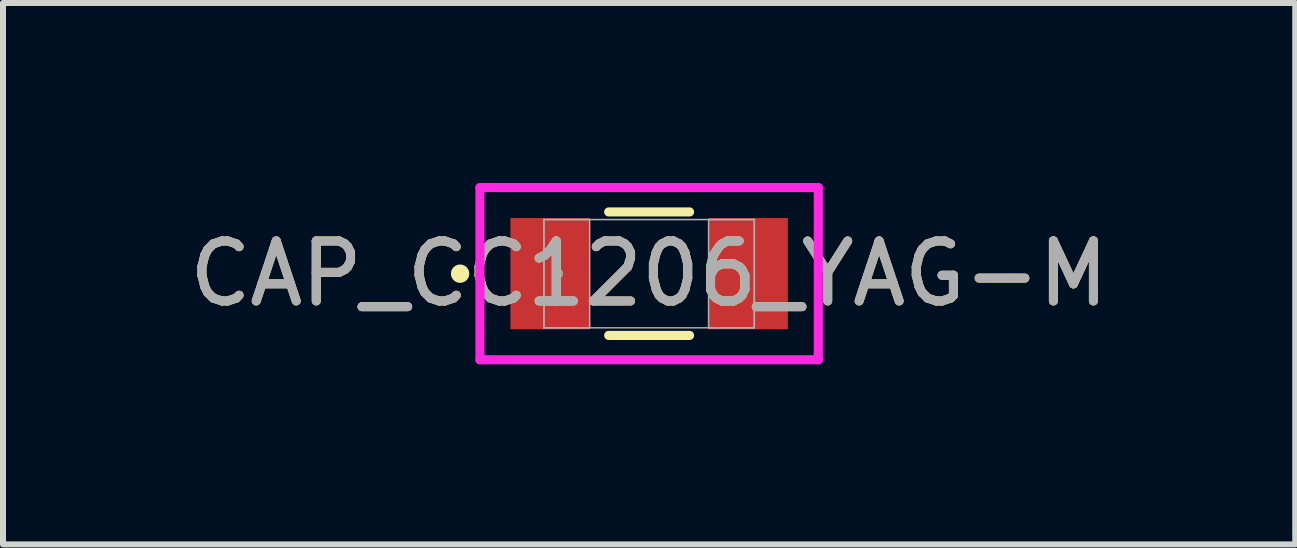
<source format=kicad_pcb>
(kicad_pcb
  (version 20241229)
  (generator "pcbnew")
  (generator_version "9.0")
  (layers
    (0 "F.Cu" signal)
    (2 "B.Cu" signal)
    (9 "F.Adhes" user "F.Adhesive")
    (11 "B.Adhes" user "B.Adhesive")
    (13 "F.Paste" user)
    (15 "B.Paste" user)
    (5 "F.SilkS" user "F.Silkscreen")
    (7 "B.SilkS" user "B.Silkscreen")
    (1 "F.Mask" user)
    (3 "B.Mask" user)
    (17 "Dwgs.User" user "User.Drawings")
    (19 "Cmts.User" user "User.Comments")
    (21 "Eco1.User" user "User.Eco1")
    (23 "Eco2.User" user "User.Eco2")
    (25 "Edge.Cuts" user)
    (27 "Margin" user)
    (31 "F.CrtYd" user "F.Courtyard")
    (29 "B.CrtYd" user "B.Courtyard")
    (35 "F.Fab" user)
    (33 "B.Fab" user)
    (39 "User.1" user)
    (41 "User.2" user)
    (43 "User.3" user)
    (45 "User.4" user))
  (footprint "CAP_CC1206_YAG-M"
    (layer "F.Cu")
    (at 7.768 1.511)
    (property "Reference" "CAP_CC1206_YAG-M" (at 0 0 0) (unlocked yes) (layer "F.SilkS") (effects (font (size 1 1) (thickness 0.15))))
    (attr smd)
    (fp_line (start -0.674 1.029) (end 0.674 1.029) (stroke (width 0.152) (type solid)) (layer "F.SilkS"))
    (fp_line (start 0.674 -1.029) (end -0.674 -1.029) (stroke (width 0.152) (type solid)) (layer "F.SilkS"))
    (fp_circle (center -3.15 0) (end -3.073 0) (stroke (width 0.152) (type solid)) (fill no) (layer "F.SilkS"))
    (fp_line (start -2.819 -1.435) (end 2.819 -1.435) (stroke (width 0.152) (type solid)) (layer "F.CrtYd"))
    (fp_line (start -2.819 1.435) (end -2.819 -1.435) (stroke (width 0.152) (type solid)) (layer "F.CrtYd"))
    (fp_line (start 2.819 -1.435) (end 2.819 1.435) (stroke (width 0.152) (type solid)) (layer "F.CrtYd"))
    (fp_line (start 2.819 1.435) (end -2.819 1.435) (stroke (width 0.152) (type solid)) (layer "F.CrtYd"))
    (fp_line (start -1.753 -0.902) (end -1.753 0.902) (stroke (width 0.025) (type solid)) (layer "F.Fab"))
    (fp_line (start -1.753 -0.902) (end -1.753 0.902) (stroke (width 0.025) (type solid)) (layer "F.Fab"))
    (fp_line (start -1.753 0.902) (end -0.991 0.902) (stroke (width 0.025) (type solid)) (layer "F.Fab"))
    (fp_line (start -1.753 0.902) (end 1.753 0.902) (stroke (width 0.025) (type solid)) (layer "F.Fab"))
    (fp_line (start -0.991 -0.902) (end -1.753 -0.902) (stroke (width 0.025) (type solid)) (layer "F.Fab"))
    (fp_line (start -0.991 0.902) (end -0.991 -0.902) (stroke (width 0.025) (type solid)) (layer "F.Fab"))
    (fp_line (start 0.991 -0.902) (end 0.991 0.902) (stroke (width 0.025) (type solid)) (layer "F.Fab"))
    (fp_line (start 0.991 0.902) (end 1.753 0.902) (stroke (width 0.025) (type solid)) (layer "F.Fab"))
    (fp_line (start 1.753 -0.902) (end -1.753 -0.902) (stroke (width 0.025) (type solid)) (layer "F.Fab"))
    (fp_line (start 1.753 -0.902) (end 0.991 -0.902) (stroke (width 0.025) (type solid)) (layer "F.Fab"))
    (fp_line (start 1.753 0.902) (end 1.753 -0.902) (stroke (width 0.025) (type solid)) (layer "F.Fab"))
    (fp_line (start 1.753 0.902) (end 1.753 -0.902) (stroke (width 0.025) (type solid)) (layer "F.Fab"))
    (fp_circle (center -1.524 0) (end -1.448 0) (stroke (width 0.025) (type solid)) (fill no) (layer "F.Fab"))
    (fp_text user "${REFERENCE}" (at 0 0 0) (unlocked yes) (layer "F.Fab") (effects (font (size 1 1) (thickness 0.15))))
    (pad "1" smd rect (at -1.651 0) (size 1.321 1.854) (layers "F.Cu" "F.Mask" "F.Paste"))
    (pad "2" smd rect (at 1.651 0) (size 1.321 1.854) (layers "F.Cu" "F.Mask" "F.Paste"))
    (zone (net_name "") (layer "F.Cu") (hatch full 0.508) (connect_pads) (min_thickness 0.254) (filled_areas_thickness no) (keepout (tracks not_allowed) (vias not_allowed) (pads allowed) (copperpour not_allowed) (footprints allowed)) (placement (enabled no)) (fill) (polygon (pts (xy 6.828 0.66) (xy 8.708 0.66) (xy 8.708 2.362) (xy 6.828 2.362)))))
  (gr_rect
    (start -3 -3)
    (end 18.536 6.023)
    (stroke (width 0.1) (type default))
    (fill no)
    (layer "Edge.Cuts")))
</source>
